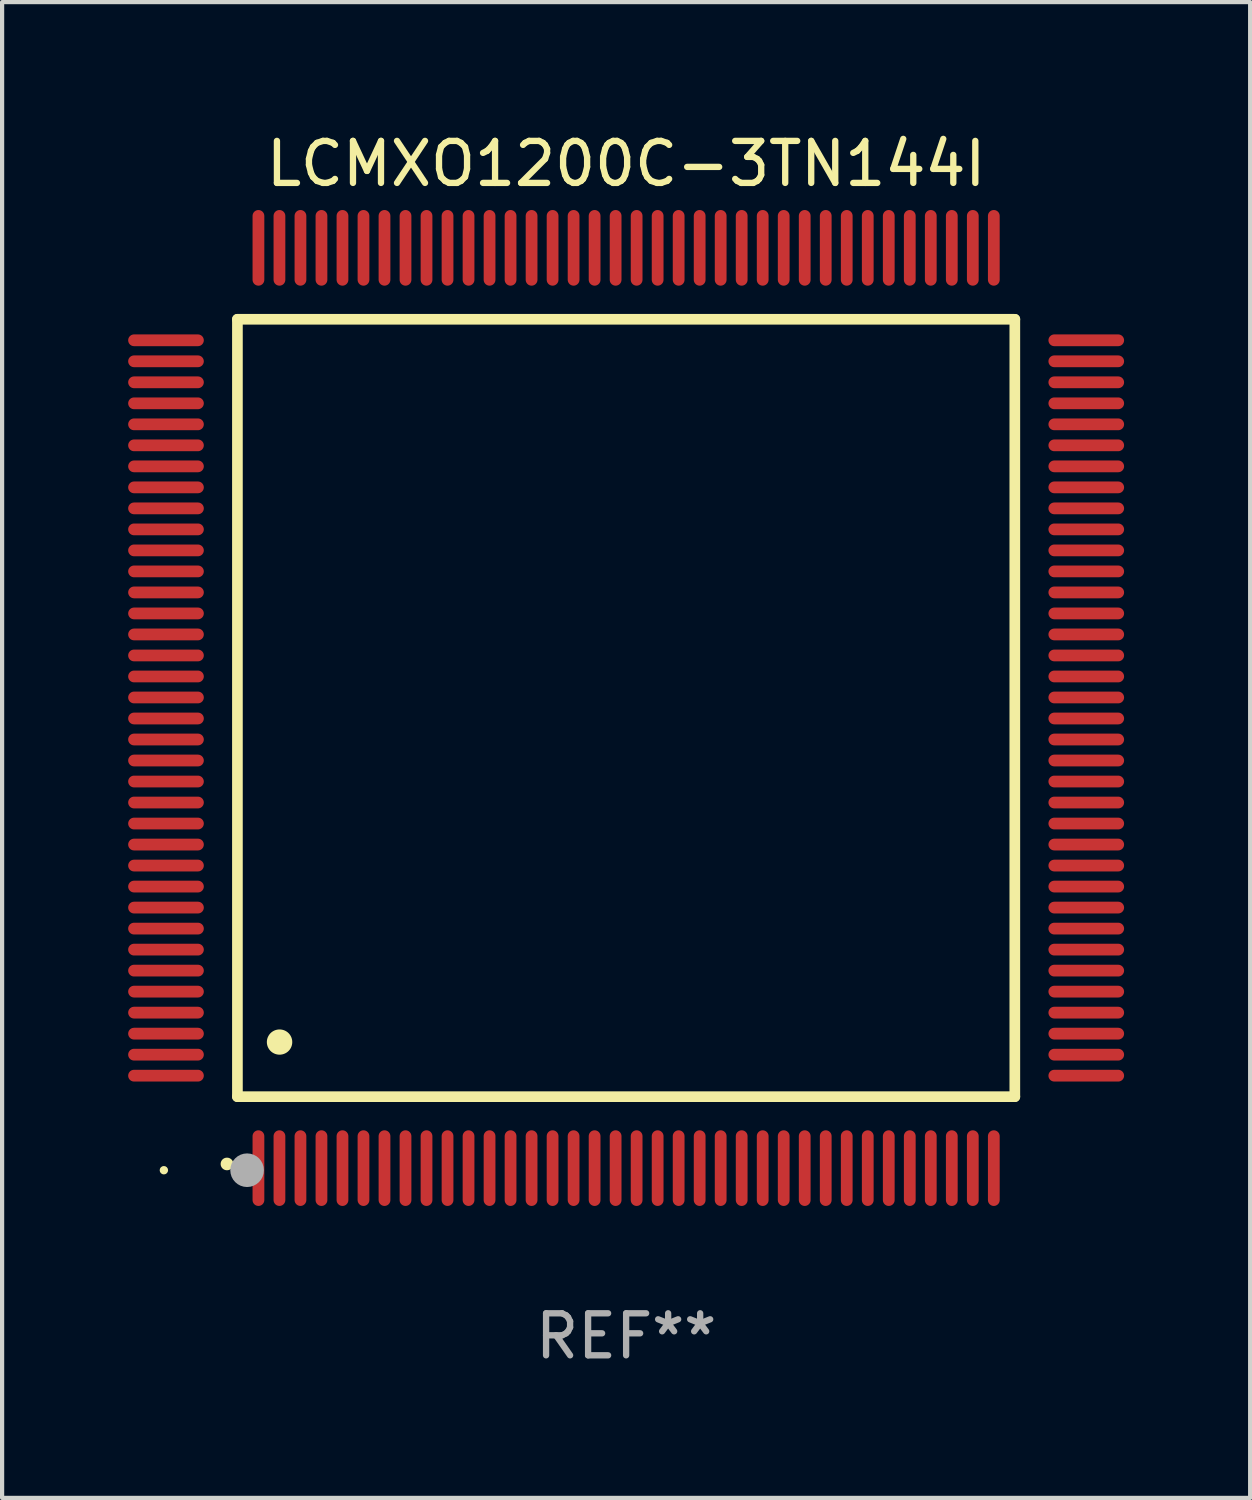
<source format=kicad_pcb>
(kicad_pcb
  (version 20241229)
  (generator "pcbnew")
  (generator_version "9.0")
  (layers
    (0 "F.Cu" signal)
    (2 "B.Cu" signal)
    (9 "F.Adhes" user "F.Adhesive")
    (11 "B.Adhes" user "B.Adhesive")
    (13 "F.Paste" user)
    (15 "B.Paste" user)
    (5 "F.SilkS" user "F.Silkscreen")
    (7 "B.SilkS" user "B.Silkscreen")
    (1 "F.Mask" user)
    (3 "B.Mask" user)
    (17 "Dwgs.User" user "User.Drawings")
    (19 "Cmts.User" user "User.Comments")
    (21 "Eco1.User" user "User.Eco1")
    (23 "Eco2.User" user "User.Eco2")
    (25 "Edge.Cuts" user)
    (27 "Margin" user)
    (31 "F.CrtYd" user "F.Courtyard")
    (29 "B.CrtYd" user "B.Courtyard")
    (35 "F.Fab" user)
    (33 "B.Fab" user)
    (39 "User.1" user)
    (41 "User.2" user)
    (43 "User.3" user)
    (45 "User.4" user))
  (footprint "LCMXO1200C-3TN144I"
    (layer "F.Cu")
    (at 11.85 13.798)
    (property "Reference" "LCMXO1200C-3TN144I" (at 0 -12.95 0) (layer "F.SilkS") (effects (font (size 1 1) (thickness 0.15))))
    (attr through_hole)
    (fp_line (start -9.25 -9.25) (end -9.25 9.25) (stroke (width 0.254) (type solid)) (layer "F.SilkS"))
    (fp_line (start -9.25 9.25) (end 9.25 9.25) (stroke (width 0.254) (type solid)) (layer "F.SilkS"))
    (fp_line (start 9.25 -9.25) (end -9.25 -9.25) (stroke (width 0.254) (type solid)) (layer "F.SilkS"))
    (fp_line (start 9.25 9.25) (end 9.25 -9.25) (stroke (width 0.254) (type solid)) (layer "F.SilkS"))
    (fp_arc (start -9.499619 10.850902) (mid -9.498349 10.850897) (end -9.497079 10.850902) (stroke (width 0.3) (type solid)) (layer "F.SilkS"))
    (fp_arc (start -8.249936 7.950216) (mid -8.247396 7.950205) (end -8.244856 7.950216) (stroke (width 0.6) (type solid)) (layer "F.SilkS"))
    (fp_circle (center -11 11) (end -10.95 11) (stroke (width 0.1) (type solid)) (fill no) (layer "F.SilkS"))
    (fp_circle (center -9.02 11) (end -8.82 11) (stroke (width 0.4) (type solid)) (fill no) (layer "F.Fab"))
    (fp_text user "REF**" (at 0 14.95 0) (layer "F.Fab") (effects (font (size 1 1) (thickness 0.15))))
    (pad "1" smd oval (at -8.75 10.95) (size 0.28 1.8) (layers "F.Cu" "F.Mask" "F.Paste"))
    (pad "2" smd oval (at -8.25 10.95) (size 0.28 1.8) (layers "F.Cu" "F.Mask" "F.Paste"))
    (pad "3" smd oval (at -7.75 10.95) (size 0.28 1.8) (layers "F.Cu" "F.Mask" "F.Paste"))
    (pad "4" smd oval (at -7.25 10.95) (size 0.28 1.8) (layers "F.Cu" "F.Mask" "F.Paste"))
    (pad "5" smd oval (at -6.75 10.95) (size 0.28 1.8) (layers "F.Cu" "F.Mask" "F.Paste"))
    (pad "6" smd oval (at -6.25 10.95) (size 0.28 1.8) (layers "F.Cu" "F.Mask" "F.Paste"))
    (pad "7" smd oval (at -5.75 10.95) (size 0.28 1.8) (layers "F.Cu" "F.Mask" "F.Paste"))
    (pad "8" smd oval (at -5.25 10.95) (size 0.28 1.8) (layers "F.Cu" "F.Mask" "F.Paste"))
    (pad "9" smd oval (at -4.75 10.95) (size 0.28 1.8) (layers "F.Cu" "F.Mask" "F.Paste"))
    (pad "10" smd oval (at -4.25 10.95) (size 0.28 1.8) (layers "F.Cu" "F.Mask" "F.Paste"))
    (pad "11" smd oval (at -3.75 10.95) (size 0.28 1.8) (layers "F.Cu" "F.Mask" "F.Paste"))
    (pad "12" smd oval (at -3.25 10.95) (size 0.28 1.8) (layers "F.Cu" "F.Mask" "F.Paste"))
    (pad "13" smd oval (at -2.75 10.95) (size 0.28 1.8) (layers "F.Cu" "F.Mask" "F.Paste"))
    (pad "14" smd oval (at -2.25 10.95) (size 0.28 1.8) (layers "F.Cu" "F.Mask" "F.Paste"))
    (pad "15" smd oval (at -1.75 10.95) (size 0.28 1.8) (layers "F.Cu" "F.Mask" "F.Paste"))
    (pad "16" smd oval (at -1.25 10.95) (size 0.28 1.8) (layers "F.Cu" "F.Mask" "F.Paste"))
    (pad "17" smd oval (at -0.75 10.95) (size 0.28 1.8) (layers "F.Cu" "F.Mask" "F.Paste"))
    (pad "18" smd oval (at -0.25 10.95) (size 0.28 1.8) (layers "F.Cu" "F.Mask" "F.Paste"))
    (pad "19" smd oval (at 0.25 10.95) (size 0.28 1.8) (layers "F.Cu" "F.Mask" "F.Paste"))
    (pad "20" smd oval (at 0.75 10.95) (size 0.28 1.8) (layers "F.Cu" "F.Mask" "F.Paste"))
    (pad "21" smd oval (at 1.25 10.95) (size 0.28 1.8) (layers "F.Cu" "F.Mask" "F.Paste"))
    (pad "22" smd oval (at 1.75 10.95) (size 0.28 1.8) (layers "F.Cu" "F.Mask" "F.Paste"))
    (pad "23" smd oval (at 2.25 10.95) (size 0.28 1.8) (layers "F.Cu" "F.Mask" "F.Paste"))
    (pad "24" smd oval (at 2.75 10.95) (size 0.28 1.8) (layers "F.Cu" "F.Mask" "F.Paste"))
    (pad "25" smd oval (at 3.25 10.95) (size 0.28 1.8) (layers "F.Cu" "F.Mask" "F.Paste"))
    (pad "26" smd oval (at 3.75 10.95) (size 0.28 1.8) (layers "F.Cu" "F.Mask" "F.Paste"))
    (pad "27" smd oval (at 4.25 10.95) (size 0.28 1.8) (layers "F.Cu" "F.Mask" "F.Paste"))
    (pad "28" smd oval (at 4.75 10.95) (size 0.28 1.8) (layers "F.Cu" "F.Mask" "F.Paste"))
    (pad "29" smd oval (at 5.25 10.95) (size 0.28 1.8) (layers "F.Cu" "F.Mask" "F.Paste"))
    (pad "30" smd oval (at 5.75 10.95) (size 0.28 1.8) (layers "F.Cu" "F.Mask" "F.Paste"))
    (pad "31" smd oval (at 6.25 10.95) (size 0.28 1.8) (layers "F.Cu" "F.Mask" "F.Paste"))
    (pad "32" smd oval (at 6.75 10.95) (size 0.28 1.8) (layers "F.Cu" "F.Mask" "F.Paste"))
    (pad "33" smd oval (at 7.25 10.95) (size 0.28 1.8) (layers "F.Cu" "F.Mask" "F.Paste"))
    (pad "34" smd oval (at 7.75 10.95) (size 0.28 1.8) (layers "F.Cu" "F.Mask" "F.Paste"))
    (pad "35" smd oval (at 8.25 10.95) (size 0.28 1.8) (layers "F.Cu" "F.Mask" "F.Paste"))
    (pad "36" smd oval (at 8.75 10.95) (size 0.28 1.8) (layers "F.Cu" "F.Mask" "F.Paste"))
    (pad "37" smd oval (at 10.95 8.75) (size 1.8 0.28) (layers "F.Cu" "F.Mask" "F.Paste"))
    (pad "38" smd oval (at 10.95 8.25) (size 1.8 0.28) (layers "F.Cu" "F.Mask" "F.Paste"))
    (pad "39" smd oval (at 10.95 7.75) (size 1.8 0.28) (layers "F.Cu" "F.Mask" "F.Paste"))
    (pad "40" smd oval (at 10.95 7.25) (size 1.8 0.28) (layers "F.Cu" "F.Mask" "F.Paste"))
    (pad "41" smd oval (at 10.95 6.75) (size 1.8 0.28) (layers "F.Cu" "F.Mask" "F.Paste"))
    (pad "42" smd oval (at 10.95 6.25) (size 1.8 0.28) (layers "F.Cu" "F.Mask" "F.Paste"))
    (pad "43" smd oval (at 10.95 5.75) (size 1.8 0.28) (layers "F.Cu" "F.Mask" "F.Paste"))
    (pad "44" smd oval (at 10.95 5.25) (size 1.8 0.28) (layers "F.Cu" "F.Mask" "F.Paste"))
    (pad "45" smd oval (at 10.95 4.75) (size 1.8 0.28) (layers "F.Cu" "F.Mask" "F.Paste"))
    (pad "46" smd oval (at 10.95 4.25) (size 1.8 0.28) (layers "F.Cu" "F.Mask" "F.Paste"))
    (pad "47" smd oval (at 10.95 3.75) (size 1.8 0.28) (layers "F.Cu" "F.Mask" "F.Paste"))
    (pad "48" smd oval (at 10.95 3.25) (size 1.8 0.28) (layers "F.Cu" "F.Mask" "F.Paste"))
    (pad "49" smd oval (at 10.95 2.75) (size 1.8 0.28) (layers "F.Cu" "F.Mask" "F.Paste"))
    (pad "50" smd oval (at 10.95 2.25) (size 1.8 0.28) (layers "F.Cu" "F.Mask" "F.Paste"))
    (pad "51" smd oval (at 10.95 1.75) (size 1.8 0.28) (layers "F.Cu" "F.Mask" "F.Paste"))
    (pad "52" smd oval (at 10.95 1.25) (size 1.8 0.28) (layers "F.Cu" "F.Mask" "F.Paste"))
    (pad "53" smd oval (at 10.95 0.75) (size 1.8 0.28) (layers "F.Cu" "F.Mask" "F.Paste"))
    (pad "54" smd oval (at 10.95 0.25) (size 1.8 0.28) (layers "F.Cu" "F.Mask" "F.Paste"))
    (pad "55" smd oval (at 10.95 -0.25) (size 1.8 0.28) (layers "F.Cu" "F.Mask" "F.Paste"))
    (pad "56" smd oval (at 10.95 -0.75) (size 1.8 0.28) (layers "F.Cu" "F.Mask" "F.Paste"))
    (pad "57" smd oval (at 10.95 -1.25) (size 1.8 0.28) (layers "F.Cu" "F.Mask" "F.Paste"))
    (pad "58" smd oval (at 10.95 -1.75) (size 1.8 0.28) (layers "F.Cu" "F.Mask" "F.Paste"))
    (pad "59" smd oval (at 10.95 -2.25) (size 1.8 0.28) (layers "F.Cu" "F.Mask" "F.Paste"))
    (pad "60" smd oval (at 10.95 -2.75) (size 1.8 0.28) (layers "F.Cu" "F.Mask" "F.Paste"))
    (pad "61" smd oval (at 10.95 -3.25) (size 1.8 0.28) (layers "F.Cu" "F.Mask" "F.Paste"))
    (pad "62" smd oval (at 10.95 -3.75) (size 1.8 0.28) (layers "F.Cu" "F.Mask" "F.Paste"))
    (pad "63" smd oval (at 10.95 -4.25) (size 1.8 0.28) (layers "F.Cu" "F.Mask" "F.Paste"))
    (pad "64" smd oval (at 10.95 -4.75) (size 1.8 0.28) (layers "F.Cu" "F.Mask" "F.Paste"))
    (pad "65" smd oval (at 10.95 -5.25) (size 1.8 0.28) (layers "F.Cu" "F.Mask" "F.Paste"))
    (pad "66" smd oval (at 10.95 -5.75) (size 1.8 0.28) (layers "F.Cu" "F.Mask" "F.Paste"))
    (pad "67" smd oval (at 10.95 -6.25) (size 1.8 0.28) (layers "F.Cu" "F.Mask" "F.Paste"))
    (pad "68" smd oval (at 10.95 -6.75) (size 1.8 0.28) (layers "F.Cu" "F.Mask" "F.Paste"))
    (pad "69" smd oval (at 10.95 -7.25) (size 1.8 0.28) (layers "F.Cu" "F.Mask" "F.Paste"))
    (pad "70" smd oval (at 10.95 -7.75) (size 1.8 0.28) (layers "F.Cu" "F.Mask" "F.Paste"))
    (pad "71" smd oval (at 10.95 -8.25) (size 1.8 0.28) (layers "F.Cu" "F.Mask" "F.Paste"))
    (pad "72" smd oval (at 10.95 -8.75) (size 1.8 0.28) (layers "F.Cu" "F.Mask" "F.Paste"))
    (pad "73" smd oval (at 8.75 -10.95) (size 0.28 1.8) (layers "F.Cu" "F.Mask" "F.Paste"))
    (pad "74" smd oval (at 8.25 -10.95) (size 0.28 1.8) (layers "F.Cu" "F.Mask" "F.Paste"))
    (pad "75" smd oval (at 7.75 -10.95) (size 0.28 1.8) (layers "F.Cu" "F.Mask" "F.Paste"))
    (pad "76" smd oval (at 7.25 -10.95) (size 0.28 1.8) (layers "F.Cu" "F.Mask" "F.Paste"))
    (pad "77" smd oval (at 6.75 -10.95) (size 0.28 1.8) (layers "F.Cu" "F.Mask" "F.Paste"))
    (pad "78" smd oval (at 6.25 -10.95) (size 0.28 1.8) (layers "F.Cu" "F.Mask" "F.Paste"))
    (pad "79" smd oval (at 5.75 -10.95) (size 0.28 1.8) (layers "F.Cu" "F.Mask" "F.Paste"))
    (pad "80" smd oval (at 5.25 -10.95) (size 0.28 1.8) (layers "F.Cu" "F.Mask" "F.Paste"))
    (pad "81" smd oval (at 4.75 -10.95) (size 0.28 1.8) (layers "F.Cu" "F.Mask" "F.Paste"))
    (pad "82" smd oval (at 4.25 -10.95) (size 0.28 1.8) (layers "F.Cu" "F.Mask" "F.Paste"))
    (pad "83" smd oval (at 3.75 -10.95) (size 0.28 1.8) (layers "F.Cu" "F.Mask" "F.Paste"))
    (pad "84" smd oval (at 3.25 -10.95) (size 0.28 1.8) (layers "F.Cu" "F.Mask" "F.Paste"))
    (pad "85" smd oval (at 2.75 -10.95) (size 0.28 1.8) (layers "F.Cu" "F.Mask" "F.Paste"))
    (pad "86" smd oval (at 2.25 -10.95) (size 0.28 1.8) (layers "F.Cu" "F.Mask" "F.Paste"))
    (pad "87" smd oval (at 1.75 -10.95) (size 0.28 1.8) (layers "F.Cu" "F.Mask" "F.Paste"))
    (pad "88" smd oval (at 1.25 -10.95) (size 0.28 1.8) (layers "F.Cu" "F.Mask" "F.Paste"))
    (pad "89" smd oval (at 0.75 -10.95) (size 0.28 1.8) (layers "F.Cu" "F.Mask" "F.Paste"))
    (pad "90" smd oval (at 0.25 -10.95) (size 0.28 1.8) (layers "F.Cu" "F.Mask" "F.Paste"))
    (pad "91" smd oval (at -0.25 -10.95) (size 0.28 1.8) (layers "F.Cu" "F.Mask" "F.Paste"))
    (pad "92" smd oval (at -0.75 -10.95) (size 0.28 1.8) (layers "F.Cu" "F.Mask" "F.Paste"))
    (pad "93" smd oval (at -1.25 -10.95) (size 0.28 1.8) (layers "F.Cu" "F.Mask" "F.Paste"))
    (pad "94" smd oval (at -1.75 -10.95) (size 0.28 1.8) (layers "F.Cu" "F.Mask" "F.Paste"))
    (pad "95" smd oval (at -2.25 -10.95) (size 0.28 1.8) (layers "F.Cu" "F.Mask" "F.Paste"))
    (pad "96" smd oval (at -2.75 -10.95) (size 0.28 1.8) (layers "F.Cu" "F.Mask" "F.Paste"))
    (pad "97" smd oval (at -3.25 -10.95) (size 0.28 1.8) (layers "F.Cu" "F.Mask" "F.Paste"))
    (pad "98" smd oval (at -3.75 -10.95) (size 0.28 1.8) (layers "F.Cu" "F.Mask" "F.Paste"))
    (pad "99" smd oval (at -4.25 -10.95) (size 0.28 1.8) (layers "F.Cu" "F.Mask" "F.Paste"))
    (pad "100" smd oval (at -4.75 -10.95) (size 0.28 1.8) (layers "F.Cu" "F.Mask" "F.Paste"))
    (pad "101" smd oval (at -5.25 -10.95) (size 0.28 1.8) (layers "F.Cu" "F.Mask" "F.Paste"))
    (pad "102" smd oval (at -5.75 -10.95) (size 0.28 1.8) (layers "F.Cu" "F.Mask" "F.Paste"))
    (pad "103" smd oval (at -6.25 -10.95) (size 0.28 1.8) (layers "F.Cu" "F.Mask" "F.Paste"))
    (pad "104" smd oval (at -6.75 -10.95) (size 0.28 1.8) (layers "F.Cu" "F.Mask" "F.Paste"))
    (pad "105" smd oval (at -7.25 -10.95) (size 0.28 1.8) (layers "F.Cu" "F.Mask" "F.Paste"))
    (pad "106" smd oval (at -7.75 -10.95) (size 0.28 1.8) (layers "F.Cu" "F.Mask" "F.Paste"))
    (pad "107" smd oval (at -8.25 -10.95) (size 0.28 1.8) (layers "F.Cu" "F.Mask" "F.Paste"))
    (pad "108" smd oval (at -8.75 -10.95) (size 0.28 1.8) (layers "F.Cu" "F.Mask" "F.Paste"))
    (pad "109" smd oval (at -10.95 -8.75) (size 1.8 0.28) (layers "F.Cu" "F.Mask" "F.Paste"))
    (pad "110" smd oval (at -10.95 -8.25) (size 1.8 0.28) (layers "F.Cu" "F.Mask" "F.Paste"))
    (pad "111" smd oval (at -10.95 -7.75) (size 1.8 0.28) (layers "F.Cu" "F.Mask" "F.Paste"))
    (pad "112" smd oval (at -10.95 -7.25) (size 1.8 0.28) (layers "F.Cu" "F.Mask" "F.Paste"))
    (pad "113" smd oval (at -10.95 -6.75) (size 1.8 0.28) (layers "F.Cu" "F.Mask" "F.Paste"))
    (pad "114" smd oval (at -10.95 -6.25) (size 1.8 0.28) (layers "F.Cu" "F.Mask" "F.Paste"))
    (pad "115" smd oval (at -10.95 -5.75) (size 1.8 0.28) (layers "F.Cu" "F.Mask" "F.Paste"))
    (pad "116" smd oval (at -10.95 -5.25) (size 1.8 0.28) (layers "F.Cu" "F.Mask" "F.Paste"))
    (pad "117" smd oval (at -10.95 -4.75) (size 1.8 0.28) (layers "F.Cu" "F.Mask" "F.Paste"))
    (pad "118" smd oval (at -10.95 -4.25) (size 1.8 0.28) (layers "F.Cu" "F.Mask" "F.Paste"))
    (pad "119" smd oval (at -10.95 -3.75) (size 1.8 0.28) (layers "F.Cu" "F.Mask" "F.Paste"))
    (pad "120" smd oval (at -10.95 -3.25) (size 1.8 0.28) (layers "F.Cu" "F.Mask" "F.Paste"))
    (pad "121" smd oval (at -10.95 -2.75) (size 1.8 0.28) (layers "F.Cu" "F.Mask" "F.Paste"))
    (pad "122" smd oval (at -10.95 -2.25) (size 1.8 0.28) (layers "F.Cu" "F.Mask" "F.Paste"))
    (pad "123" smd oval (at -10.95 -1.75) (size 1.8 0.28) (layers "F.Cu" "F.Mask" "F.Paste"))
    (pad "124" smd oval (at -10.95 -1.25) (size 1.8 0.28) (layers "F.Cu" "F.Mask" "F.Paste"))
    (pad "125" smd oval (at -10.95 -0.75) (size 1.8 0.28) (layers "F.Cu" "F.Mask" "F.Paste"))
    (pad "126" smd oval (at -10.95 -0.25) (size 1.8 0.28) (layers "F.Cu" "F.Mask" "F.Paste"))
    (pad "127" smd oval (at -10.95 0.25) (size 1.8 0.28) (layers "F.Cu" "F.Mask" "F.Paste"))
    (pad "128" smd oval (at -10.95 0.75) (size 1.8 0.28) (layers "F.Cu" "F.Mask" "F.Paste"))
    (pad "129" smd oval (at -10.95 1.25) (size 1.8 0.28) (layers "F.Cu" "F.Mask" "F.Paste"))
    (pad "130" smd oval (at -10.95 1.75) (size 1.8 0.28) (layers "F.Cu" "F.Mask" "F.Paste"))
    (pad "131" smd oval (at -10.95 2.25) (size 1.8 0.28) (layers "F.Cu" "F.Mask" "F.Paste"))
    (pad "132" smd oval (at -10.95 2.75) (size 1.8 0.28) (layers "F.Cu" "F.Mask" "F.Paste"))
    (pad "133" smd oval (at -10.95 3.25) (size 1.8 0.28) (layers "F.Cu" "F.Mask" "F.Paste"))
    (pad "134" smd oval (at -10.95 3.75) (size 1.8 0.28) (layers "F.Cu" "F.Mask" "F.Paste"))
    (pad "135" smd oval (at -10.95 4.25) (size 1.8 0.28) (layers "F.Cu" "F.Mask" "F.Paste"))
    (pad "136" smd oval (at -10.95 4.75) (size 1.8 0.28) (layers "F.Cu" "F.Mask" "F.Paste"))
    (pad "137" smd oval (at -10.95 5.25) (size 1.8 0.28) (layers "F.Cu" "F.Mask" "F.Paste"))
    (pad "138" smd oval (at -10.95 5.75) (size 1.8 0.28) (layers "F.Cu" "F.Mask" "F.Paste"))
    (pad "139" smd oval (at -10.95 6.25) (size 1.8 0.28) (layers "F.Cu" "F.Mask" "F.Paste"))
    (pad "140" smd oval (at -10.95 6.75) (size 1.8 0.28) (layers "F.Cu" "F.Mask" "F.Paste"))
    (pad "141" smd oval (at -10.95 7.25) (size 1.8 0.28) (layers "F.Cu" "F.Mask" "F.Paste"))
    (pad "142" smd oval (at -10.95 7.75) (size 1.8 0.28) (layers "F.Cu" "F.Mask" "F.Paste"))
    (pad "143" smd oval (at -10.95 8.25) (size 1.8 0.28) (layers "F.Cu" "F.Mask" "F.Paste"))
    (pad "144" smd oval (at -10.95 8.75) (size 1.8 0.28) (layers "F.Cu" "F.Mask" "F.Paste")))
  (gr_rect
    (start -3 -3)
    (end 26.7 32.596)
    (stroke (width 0.1) (type default))
    (fill no)
    (layer "Edge.Cuts")))
</source>
